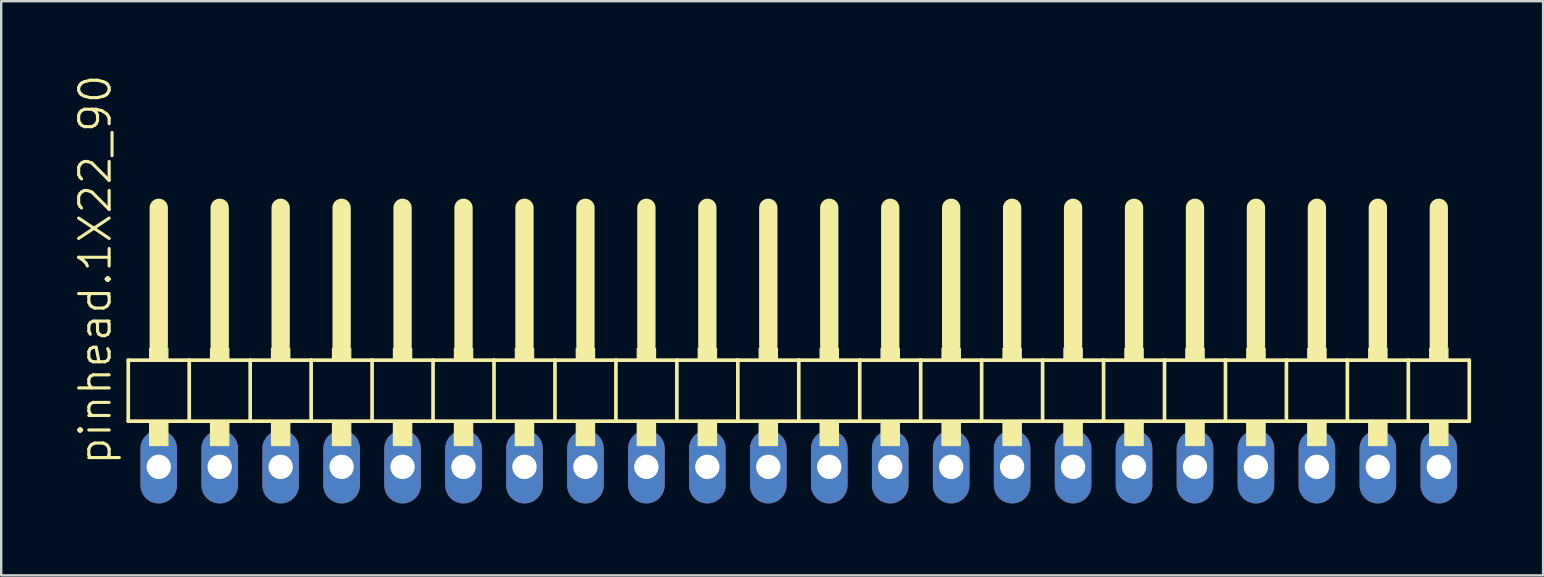
<source format=kicad_pcb>
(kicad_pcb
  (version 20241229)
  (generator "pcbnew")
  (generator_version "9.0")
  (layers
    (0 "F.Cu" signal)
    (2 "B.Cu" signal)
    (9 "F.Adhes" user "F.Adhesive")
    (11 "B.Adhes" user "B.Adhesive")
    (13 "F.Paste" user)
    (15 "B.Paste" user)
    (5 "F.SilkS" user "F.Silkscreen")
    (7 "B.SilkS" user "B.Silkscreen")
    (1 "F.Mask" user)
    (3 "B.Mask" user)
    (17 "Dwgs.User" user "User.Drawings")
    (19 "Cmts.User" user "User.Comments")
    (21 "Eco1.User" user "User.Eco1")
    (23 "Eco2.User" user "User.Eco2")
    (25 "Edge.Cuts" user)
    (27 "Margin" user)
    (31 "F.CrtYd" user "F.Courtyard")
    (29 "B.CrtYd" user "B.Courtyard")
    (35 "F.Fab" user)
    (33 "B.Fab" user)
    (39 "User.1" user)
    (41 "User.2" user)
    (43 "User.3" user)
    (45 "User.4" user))
  (footprint "pinhead.1X22_90"
    (layer "F.Cu")
    (at 30.235 12.594)
    (property "Reference" "pinhead.1X22_90" (at -28.575 3.81 90) (layer "F.SilkS") (effects (font (size 1.27 1.27) (thickness 0.13)) (justify left bottom)))
    (attr through_hole)
    (fp_line (start -27.94 -0.635) (end -27.94 1.905) (stroke (width 0.152) (type default)) (layer "F.SilkS"))
    (fp_line (start -27.94 1.905) (end -25.4 1.905) (stroke (width 0.152) (type default)) (layer "F.SilkS"))
    (fp_line (start -26.67 -6.985) (end -26.67 -1.27) (stroke (width 0.762) (type default)) (layer "F.SilkS"))
    (fp_line (start -25.4 -0.635) (end -27.94 -0.635) (stroke (width 0.152) (type default)) (layer "F.SilkS"))
    (fp_line (start -25.4 1.905) (end -25.4 -0.635) (stroke (width 0.152) (type default)) (layer "F.SilkS"))
    (fp_line (start -25.4 1.905) (end -22.86 1.905) (stroke (width 0.152) (type default)) (layer "F.SilkS"))
    (fp_line (start -24.13 -6.985) (end -24.13 -1.27) (stroke (width 0.762) (type default)) (layer "F.SilkS"))
    (fp_line (start -22.86 -0.635) (end -25.4 -0.635) (stroke (width 0.152) (type default)) (layer "F.SilkS"))
    (fp_line (start -22.86 1.905) (end -22.86 -0.635) (stroke (width 0.152) (type default)) (layer "F.SilkS"))
    (fp_line (start -22.86 1.905) (end -20.32 1.905) (stroke (width 0.152) (type default)) (layer "F.SilkS"))
    (fp_line (start -21.59 -6.985) (end -21.59 -1.27) (stroke (width 0.762) (type default)) (layer "F.SilkS"))
    (fp_line (start -20.32 -0.635) (end -22.86 -0.635) (stroke (width 0.152) (type default)) (layer "F.SilkS"))
    (fp_line (start -20.32 1.905) (end -20.32 -0.635) (stroke (width 0.152) (type default)) (layer "F.SilkS"))
    (fp_line (start -20.32 1.905) (end -17.78 1.905) (stroke (width 0.152) (type default)) (layer "F.SilkS"))
    (fp_line (start -19.05 -6.985) (end -19.05 -1.27) (stroke (width 0.762) (type default)) (layer "F.SilkS"))
    (fp_line (start -17.78 -0.635) (end -20.32 -0.635) (stroke (width 0.152) (type default)) (layer "F.SilkS"))
    (fp_line (start -17.78 1.905) (end -17.78 -0.635) (stroke (width 0.152) (type default)) (layer "F.SilkS"))
    (fp_line (start -17.78 1.905) (end -15.24 1.905) (stroke (width 0.152) (type default)) (layer "F.SilkS"))
    (fp_line (start -16.51 -6.985) (end -16.51 -1.27) (stroke (width 0.762) (type default)) (layer "F.SilkS"))
    (fp_line (start -15.24 -0.635) (end -17.78 -0.635) (stroke (width 0.152) (type default)) (layer "F.SilkS"))
    (fp_line (start -15.24 1.905) (end -15.24 -0.635) (stroke (width 0.152) (type default)) (layer "F.SilkS"))
    (fp_line (start -15.24 1.905) (end -12.7 1.905) (stroke (width 0.152) (type default)) (layer "F.SilkS"))
    (fp_line (start -13.97 -6.985) (end -13.97 -1.27) (stroke (width 0.762) (type default)) (layer "F.SilkS"))
    (fp_line (start -12.7 -0.635) (end -15.24 -0.635) (stroke (width 0.152) (type default)) (layer "F.SilkS"))
    (fp_line (start -12.7 1.905) (end -12.7 -0.635) (stroke (width 0.152) (type default)) (layer "F.SilkS"))
    (fp_line (start -12.7 1.905) (end -10.16 1.905) (stroke (width 0.152) (type default)) (layer "F.SilkS"))
    (fp_line (start -11.43 -6.985) (end -11.43 -1.27) (stroke (width 0.762) (type default)) (layer "F.SilkS"))
    (fp_line (start -10.16 -0.635) (end -12.7 -0.635) (stroke (width 0.152) (type default)) (layer "F.SilkS"))
    (fp_line (start -10.16 1.905) (end -10.16 -0.635) (stroke (width 0.152) (type default)) (layer "F.SilkS"))
    (fp_line (start -10.16 1.905) (end -7.62 1.905) (stroke (width 0.152) (type default)) (layer "F.SilkS"))
    (fp_line (start -8.89 -6.985) (end -8.89 -1.27) (stroke (width 0.762) (type default)) (layer "F.SilkS"))
    (fp_line (start -7.62 -0.635) (end -10.16 -0.635) (stroke (width 0.152) (type default)) (layer "F.SilkS"))
    (fp_line (start -7.62 1.905) (end -7.62 -0.635) (stroke (width 0.152) (type default)) (layer "F.SilkS"))
    (fp_line (start -7.62 1.905) (end -5.08 1.905) (stroke (width 0.152) (type default)) (layer "F.SilkS"))
    (fp_line (start -6.35 -6.985) (end -6.35 -1.27) (stroke (width 0.762) (type default)) (layer "F.SilkS"))
    (fp_line (start -5.08 -0.635) (end -7.62 -0.635) (stroke (width 0.152) (type default)) (layer "F.SilkS"))
    (fp_line (start -5.08 1.905) (end -5.08 -0.635) (stroke (width 0.152) (type default)) (layer "F.SilkS"))
    (fp_line (start -5.08 1.905) (end -2.54 1.905) (stroke (width 0.152) (type default)) (layer "F.SilkS"))
    (fp_line (start -3.81 -6.985) (end -3.81 -1.27) (stroke (width 0.762) (type default)) (layer "F.SilkS"))
    (fp_line (start -2.54 -0.635) (end -5.08 -0.635) (stroke (width 0.152) (type default)) (layer "F.SilkS"))
    (fp_line (start -2.54 1.905) (end -2.54 -0.635) (stroke (width 0.152) (type default)) (layer "F.SilkS"))
    (fp_line (start -2.54 1.905) (end 0 1.905) (stroke (width 0.152) (type default)) (layer "F.SilkS"))
    (fp_line (start -1.27 -6.985) (end -1.27 -1.27) (stroke (width 0.762) (type default)) (layer "F.SilkS"))
    (fp_line (start 0 -0.635) (end -2.54 -0.635) (stroke (width 0.152) (type default)) (layer "F.SilkS"))
    (fp_line (start 0 1.905) (end 0 -0.635) (stroke (width 0.152) (type default)) (layer "F.SilkS"))
    (fp_line (start 0 1.905) (end 2.54 1.905) (stroke (width 0.152) (type default)) (layer "F.SilkS"))
    (fp_line (start 1.27 -6.985) (end 1.27 -1.27) (stroke (width 0.762) (type default)) (layer "F.SilkS"))
    (fp_line (start 2.54 -0.635) (end 0 -0.635) (stroke (width 0.152) (type default)) (layer "F.SilkS"))
    (fp_line (start 2.54 1.905) (end 2.54 -0.635) (stroke (width 0.152) (type default)) (layer "F.SilkS"))
    (fp_line (start 2.54 1.905) (end 5.08 1.905) (stroke (width 0.152) (type default)) (layer "F.SilkS"))
    (fp_line (start 3.81 -6.985) (end 3.81 -1.27) (stroke (width 0.762) (type default)) (layer "F.SilkS"))
    (fp_line (start 5.08 -0.635) (end 2.54 -0.635) (stroke (width 0.152) (type default)) (layer "F.SilkS"))
    (fp_line (start 5.08 1.905) (end 5.08 -0.635) (stroke (width 0.152) (type default)) (layer "F.SilkS"))
    (fp_line (start 5.08 1.905) (end 7.62 1.905) (stroke (width 0.152) (type default)) (layer "F.SilkS"))
    (fp_line (start 6.35 -6.985) (end 6.35 -1.27) (stroke (width 0.762) (type default)) (layer "F.SilkS"))
    (fp_line (start 7.62 -0.635) (end 5.08 -0.635) (stroke (width 0.152) (type default)) (layer "F.SilkS"))
    (fp_line (start 7.62 1.905) (end 7.62 -0.635) (stroke (width 0.152) (type default)) (layer "F.SilkS"))
    (fp_line (start 7.62 1.905) (end 10.16 1.905) (stroke (width 0.152) (type default)) (layer "F.SilkS"))
    (fp_line (start 8.89 -6.985) (end 8.89 -1.27) (stroke (width 0.762) (type default)) (layer "F.SilkS"))
    (fp_line (start 10.16 -0.635) (end 7.62 -0.635) (stroke (width 0.152) (type default)) (layer "F.SilkS"))
    (fp_line (start 10.16 1.905) (end 10.16 -0.635) (stroke (width 0.152) (type default)) (layer "F.SilkS"))
    (fp_line (start 10.16 1.905) (end 12.7 1.905) (stroke (width 0.152) (type default)) (layer "F.SilkS"))
    (fp_line (start 11.43 -6.985) (end 11.43 -1.27) (stroke (width 0.762) (type default)) (layer "F.SilkS"))
    (fp_line (start 12.7 -0.635) (end 10.16 -0.635) (stroke (width 0.152) (type default)) (layer "F.SilkS"))
    (fp_line (start 12.7 1.905) (end 12.7 -0.635) (stroke (width 0.152) (type default)) (layer "F.SilkS"))
    (fp_line (start 12.7 1.905) (end 15.24 1.905) (stroke (width 0.152) (type default)) (layer "F.SilkS"))
    (fp_line (start 13.97 -6.985) (end 13.97 -1.27) (stroke (width 0.762) (type default)) (layer "F.SilkS"))
    (fp_line (start 15.24 -0.635) (end 12.7 -0.635) (stroke (width 0.152) (type default)) (layer "F.SilkS"))
    (fp_line (start 15.24 1.905) (end 15.24 -0.635) (stroke (width 0.152) (type default)) (layer "F.SilkS"))
    (fp_line (start 15.24 1.905) (end 17.78 1.905) (stroke (width 0.152) (type default)) (layer "F.SilkS"))
    (fp_line (start 16.51 -6.985) (end 16.51 -1.27) (stroke (width 0.762) (type default)) (layer "F.SilkS"))
    (fp_line (start 17.78 -0.635) (end 15.24 -0.635) (stroke (width 0.152) (type default)) (layer "F.SilkS"))
    (fp_line (start 17.78 1.905) (end 17.78 -0.635) (stroke (width 0.152) (type default)) (layer "F.SilkS"))
    (fp_line (start 17.78 1.905) (end 20.32 1.905) (stroke (width 0.152) (type default)) (layer "F.SilkS"))
    (fp_line (start 19.05 -6.985) (end 19.05 -1.27) (stroke (width 0.762) (type default)) (layer "F.SilkS"))
    (fp_line (start 20.32 -0.635) (end 17.78 -0.635) (stroke (width 0.152) (type default)) (layer "F.SilkS"))
    (fp_line (start 20.32 1.905) (end 20.32 -0.635) (stroke (width 0.152) (type default)) (layer "F.SilkS"))
    (fp_line (start 20.32 1.905) (end 22.86 1.905) (stroke (width 0.152) (type default)) (layer "F.SilkS"))
    (fp_line (start 21.59 -6.985) (end 21.59 -1.27) (stroke (width 0.762) (type default)) (layer "F.SilkS"))
    (fp_line (start 22.86 -0.635) (end 20.32 -0.635) (stroke (width 0.152) (type default)) (layer "F.SilkS"))
    (fp_line (start 22.86 1.905) (end 22.86 -0.635) (stroke (width 0.152) (type default)) (layer "F.SilkS"))
    (fp_line (start 22.86 1.905) (end 25.4 1.905) (stroke (width 0.152) (type default)) (layer "F.SilkS"))
    (fp_line (start 24.13 -6.985) (end 24.13 -1.27) (stroke (width 0.762) (type default)) (layer "F.SilkS"))
    (fp_line (start 25.4 -0.635) (end 22.86 -0.635) (stroke (width 0.152) (type default)) (layer "F.SilkS"))
    (fp_line (start 25.4 1.905) (end 25.4 -0.635) (stroke (width 0.152) (type default)) (layer "F.SilkS"))
    (fp_line (start 25.4 1.905) (end 27.94 1.905) (stroke (width 0.152) (type default)) (layer "F.SilkS"))
    (fp_line (start 26.67 -6.985) (end 26.67 -1.27) (stroke (width 0.762) (type default)) (layer "F.SilkS"))
    (fp_line (start 27.94 -0.635) (end 25.4 -0.635) (stroke (width 0.152) (type default)) (layer "F.SilkS"))
    (fp_line (start 27.94 1.905) (end 27.94 -0.635) (stroke (width 0.152) (type default)) (layer "F.SilkS"))
    (fp_rect (start -27.051 -0.635) (end -26.289 -1.143) (stroke (width 0.05) (type default)) (fill yes) (layer "F.SilkS"))
    (fp_rect (start -27.051 2.921) (end -26.289 1.905) (stroke (width 0.05) (type default)) (fill yes) (layer "F.SilkS"))
    (fp_rect (start -24.511 -0.635) (end -23.749 -1.143) (stroke (width 0.05) (type default)) (fill yes) (layer "F.SilkS"))
    (fp_rect (start -24.511 2.921) (end -23.749 1.905) (stroke (width 0.05) (type default)) (fill yes) (layer "F.SilkS"))
    (fp_rect (start -21.971 -0.635) (end -21.209 -1.143) (stroke (width 0.05) (type default)) (fill yes) (layer "F.SilkS"))
    (fp_rect (start -21.971 2.921) (end -21.209 1.905) (stroke (width 0.05) (type default)) (fill yes) (layer "F.SilkS"))
    (fp_rect (start -19.431 -0.635) (end -18.669 -1.143) (stroke (width 0.05) (type default)) (fill yes) (layer "F.SilkS"))
    (fp_rect (start -19.431 2.921) (end -18.669 1.905) (stroke (width 0.05) (type default)) (fill yes) (layer "F.SilkS"))
    (fp_rect (start -16.891 -0.635) (end -16.129 -1.143) (stroke (width 0.05) (type default)) (fill yes) (layer "F.SilkS"))
    (fp_rect (start -16.891 2.921) (end -16.129 1.905) (stroke (width 0.05) (type default)) (fill yes) (layer "F.SilkS"))
    (fp_rect (start -14.351 -0.635) (end -13.589 -1.143) (stroke (width 0.05) (type default)) (fill yes) (layer "F.SilkS"))
    (fp_rect (start -14.351 2.921) (end -13.589 1.905) (stroke (width 0.05) (type default)) (fill yes) (layer "F.SilkS"))
    (fp_rect (start -11.811 -0.635) (end -11.049 -1.143) (stroke (width 0.05) (type default)) (fill yes) (layer "F.SilkS"))
    (fp_rect (start -11.811 2.921) (end -11.049 1.905) (stroke (width 0.05) (type default)) (fill yes) (layer "F.SilkS"))
    (fp_rect (start -9.271 -0.635) (end -8.509 -1.143) (stroke (width 0.05) (type default)) (fill yes) (layer "F.SilkS"))
    (fp_rect (start -9.271 2.921) (end -8.509 1.905) (stroke (width 0.05) (type default)) (fill yes) (layer "F.SilkS"))
    (fp_rect (start -6.731 -0.635) (end -5.969 -1.143) (stroke (width 0.05) (type default)) (fill yes) (layer "F.SilkS"))
    (fp_rect (start -6.731 2.921) (end -5.969 1.905) (stroke (width 0.05) (type default)) (fill yes) (layer "F.SilkS"))
    (fp_rect (start -4.191 -0.635) (end -3.429 -1.143) (stroke (width 0.05) (type default)) (fill yes) (layer "F.SilkS"))
    (fp_rect (start -4.191 2.921) (end -3.429 1.905) (stroke (width 0.05) (type default)) (fill yes) (layer "F.SilkS"))
    (fp_rect (start -1.651 -0.635) (end -0.889 -1.143) (stroke (width 0.05) (type default)) (fill yes) (layer "F.SilkS"))
    (fp_rect (start -1.651 2.921) (end -0.889 1.905) (stroke (width 0.05) (type default)) (fill yes) (layer "F.SilkS"))
    (fp_rect (start 0.889 -0.635) (end 1.651 -1.143) (stroke (width 0.05) (type default)) (fill yes) (layer "F.SilkS"))
    (fp_rect (start 0.889 2.921) (end 1.651 1.905) (stroke (width 0.05) (type default)) (fill yes) (layer "F.SilkS"))
    (fp_rect (start 3.429 -0.635) (end 4.191 -1.143) (stroke (width 0.05) (type default)) (fill yes) (layer "F.SilkS"))
    (fp_rect (start 3.429 2.921) (end 4.191 1.905) (stroke (width 0.05) (type default)) (fill yes) (layer "F.SilkS"))
    (fp_rect (start 5.969 -0.635) (end 6.731 -1.143) (stroke (width 0.05) (type default)) (fill yes) (layer "F.SilkS"))
    (fp_rect (start 5.969 2.921) (end 6.731 1.905) (stroke (width 0.05) (type default)) (fill yes) (layer "F.SilkS"))
    (fp_rect (start 8.509 -0.635) (end 9.271 -1.143) (stroke (width 0.05) (type default)) (fill yes) (layer "F.SilkS"))
    (fp_rect (start 8.509 2.921) (end 9.271 1.905) (stroke (width 0.05) (type default)) (fill yes) (layer "F.SilkS"))
    (fp_rect (start 11.049 -0.635) (end 11.811 -1.143) (stroke (width 0.05) (type default)) (fill yes) (layer "F.SilkS"))
    (fp_rect (start 11.049 2.921) (end 11.811 1.905) (stroke (width 0.05) (type default)) (fill yes) (layer "F.SilkS"))
    (fp_rect (start 13.589 -0.635) (end 14.351 -1.143) (stroke (width 0.05) (type default)) (fill yes) (layer "F.SilkS"))
    (fp_rect (start 13.589 2.921) (end 14.351 1.905) (stroke (width 0.05) (type default)) (fill yes) (layer "F.SilkS"))
    (fp_rect (start 16.129 -0.635) (end 16.891 -1.143) (stroke (width 0.05) (type default)) (fill yes) (layer "F.SilkS"))
    (fp_rect (start 16.129 2.921) (end 16.891 1.905) (stroke (width 0.05) (type default)) (fill yes) (layer "F.SilkS"))
    (fp_rect (start 18.669 -0.635) (end 19.431 -1.143) (stroke (width 0.05) (type default)) (fill yes) (layer "F.SilkS"))
    (fp_rect (start 18.669 2.921) (end 19.431 1.905) (stroke (width 0.05) (type default)) (fill yes) (layer "F.SilkS"))
    (fp_rect (start 21.209 -0.635) (end 21.971 -1.143) (stroke (width 0.05) (type default)) (fill yes) (layer "F.SilkS"))
    (fp_rect (start 21.209 2.921) (end 21.971 1.905) (stroke (width 0.05) (type default)) (fill yes) (layer "F.SilkS"))
    (fp_rect (start 23.749 -0.635) (end 24.511 -1.143) (stroke (width 0.05) (type default)) (fill yes) (layer "F.SilkS"))
    (fp_rect (start 23.749 2.921) (end 24.511 1.905) (stroke (width 0.05) (type default)) (fill yes) (layer "F.SilkS"))
    (fp_rect (start 26.289 -0.635) (end 27.051 -1.143) (stroke (width 0.05) (type default)) (fill yes) (layer "F.SilkS"))
    (fp_rect (start 26.289 2.921) (end 27.051 1.905) (stroke (width 0.05) (type default)) (fill yes) (layer "F.SilkS"))
    (pad "1" thru_hole oval (at -26.67 3.81 90) (size 3.048 1.524) (drill 1.016) (layers "*.Cu" "*.Mask"))
    (pad "2" thru_hole oval (at -24.13 3.81 90) (size 3.048 1.524) (drill 1.016) (layers "*.Cu" "*.Mask"))
    (pad "3" thru_hole oval (at -21.59 3.81 90) (size 3.048 1.524) (drill 1.016) (layers "*.Cu" "*.Mask"))
    (pad "4" thru_hole oval (at -19.05 3.81 90) (size 3.048 1.524) (drill 1.016) (layers "*.Cu" "*.Mask"))
    (pad "5" thru_hole oval (at -16.51 3.81 90) (size 3.048 1.524) (drill 1.016) (layers "*.Cu" "*.Mask"))
    (pad "6" thru_hole oval (at -13.97 3.81 90) (size 3.048 1.524) (drill 1.016) (layers "*.Cu" "*.Mask"))
    (pad "7" thru_hole oval (at -11.43 3.81 90) (size 3.048 1.524) (drill 1.016) (layers "*.Cu" "*.Mask"))
    (pad "8" thru_hole oval (at -8.89 3.81 90) (size 3.048 1.524) (drill 1.016) (layers "*.Cu" "*.Mask"))
    (pad "9" thru_hole oval (at -6.35 3.81 90) (size 3.048 1.524) (drill 1.016) (layers "*.Cu" "*.Mask"))
    (pad "10" thru_hole oval (at -3.81 3.81 90) (size 3.048 1.524) (drill 1.016) (layers "*.Cu" "*.Mask"))
    (pad "11" thru_hole oval (at -1.27 3.81 90) (size 3.048 1.524) (drill 1.016) (layers "*.Cu" "*.Mask"))
    (pad "12" thru_hole oval (at 1.27 3.81 90) (size 3.048 1.524) (drill 1.016) (layers "*.Cu" "*.Mask"))
    (pad "13" thru_hole oval (at 3.81 3.81 90) (size 3.048 1.524) (drill 1.016) (layers "*.Cu" "*.Mask"))
    (pad "14" thru_hole oval (at 6.35 3.81 90) (size 3.048 1.524) (drill 1.016) (layers "*.Cu" "*.Mask"))
    (pad "15" thru_hole oval (at 8.89 3.81 90) (size 3.048 1.524) (drill 1.016) (layers "*.Cu" "*.Mask"))
    (pad "16" thru_hole oval (at 11.43 3.81 90) (size 3.048 1.524) (drill 1.016) (layers "*.Cu" "*.Mask"))
    (pad "17" thru_hole oval (at 13.97 3.81 90) (size 3.048 1.524) (drill 1.016) (layers "*.Cu" "*.Mask"))
    (pad "18" thru_hole oval (at 16.51 3.81 90) (size 3.048 1.524) (drill 1.016) (layers "*.Cu" "*.Mask"))
    (pad "19" thru_hole oval (at 19.05 3.81 90) (size 3.048 1.524) (drill 1.016) (layers "*.Cu" "*.Mask"))
    (pad "20" thru_hole oval (at 21.59 3.81 90) (size 3.048 1.524) (drill 1.016) (layers "*.Cu" "*.Mask"))
    (pad "21" thru_hole oval (at 24.13 3.81 90) (size 3.048 1.524) (drill 1.016) (layers "*.Cu" "*.Mask"))
    (pad "22" thru_hole oval (at 26.67 3.81 90) (size 3.048 1.524) (drill 1.016) (layers "*.Cu" "*.Mask")))
  (gr_rect
    (start -3 -3)
    (end 61.251 20.928)
    (stroke (width 0.1) (type default))
    (fill no)
    (layer "Edge.Cuts")))
</source>
